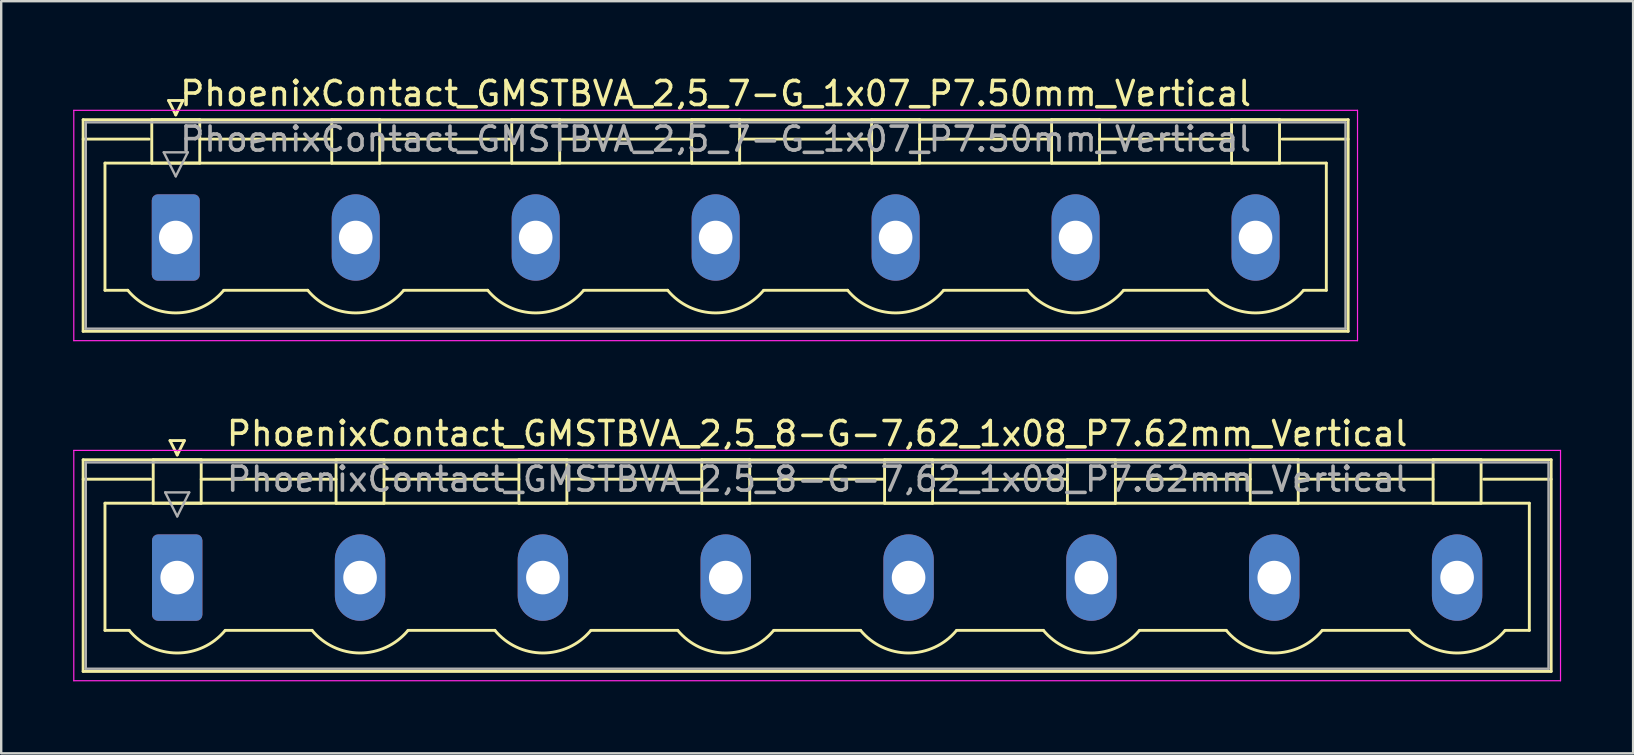
<source format=kicad_pcb>
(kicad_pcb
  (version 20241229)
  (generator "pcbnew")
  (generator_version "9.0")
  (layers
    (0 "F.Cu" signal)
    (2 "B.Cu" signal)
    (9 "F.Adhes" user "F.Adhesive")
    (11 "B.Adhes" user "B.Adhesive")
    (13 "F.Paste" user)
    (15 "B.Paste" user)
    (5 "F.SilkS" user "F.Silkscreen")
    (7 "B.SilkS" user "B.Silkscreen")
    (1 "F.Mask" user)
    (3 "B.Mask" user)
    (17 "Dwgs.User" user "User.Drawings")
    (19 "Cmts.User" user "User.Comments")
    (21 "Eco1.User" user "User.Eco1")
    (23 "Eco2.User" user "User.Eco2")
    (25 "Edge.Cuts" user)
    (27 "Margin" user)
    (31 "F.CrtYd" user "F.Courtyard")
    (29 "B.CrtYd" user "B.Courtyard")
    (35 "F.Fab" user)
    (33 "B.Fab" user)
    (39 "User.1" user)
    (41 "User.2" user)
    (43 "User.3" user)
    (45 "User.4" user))
  (footprint "PhoenixContact_GMSTBVA_2,5_7-G_1x07_P7.50mm_Vertical"
    (layer "F.Cu")
    (at 4.275 6.848)
    (property "Reference" "PhoenixContact_GMSTBVA_2,5_7-G_1x07_P7.50mm_Vertical" (at 22.5 -6 0) (layer "F.SilkS") (effects (font (size 1 1) (thickness 0.15))))
    (attr through_hole)
    (fp_line (start -3.86 -4.91) (end -3.86 3.91) (stroke (width 0.12) (type solid)) (layer "F.SilkS"))
    (fp_line (start -3.86 -4.1) (end -1.11 -4.1) (stroke (width 0.12) (type solid)) (layer "F.SilkS"))
    (fp_line (start -3.86 3.91) (end 48.86 3.91) (stroke (width 0.12) (type solid)) (layer "F.SilkS"))
    (fp_line (start -2.95 -3.1) (end 47.95 -3.1) (stroke (width 0.12) (type solid)) (layer "F.SilkS"))
    (fp_line (start -2.95 2.2) (end -2.95 -3.1) (stroke (width 0.12) (type solid)) (layer "F.SilkS"))
    (fp_line (start -2 2.2) (end -2.95 2.2) (stroke (width 0.12) (type solid)) (layer "F.SilkS"))
    (fp_line (start -1 -4.91) (end 1 -4.91) (stroke (width 0.12) (type solid)) (layer "F.SilkS"))
    (fp_line (start -1 -3.1) (end -1 -4.91) (stroke (width 0.12) (type solid)) (layer "F.SilkS"))
    (fp_line (start -0.3 -5.71) (end 0.3 -5.71) (stroke (width 0.12) (type solid)) (layer "F.SilkS"))
    (fp_line (start 0 -5.11) (end -0.3 -5.71) (stroke (width 0.12) (type solid)) (layer "F.SilkS"))
    (fp_line (start 0.3 -5.71) (end 0 -5.11) (stroke (width 0.12) (type solid)) (layer "F.SilkS"))
    (fp_line (start 1 -4.91) (end 1 -3.1) (stroke (width 0.12) (type solid)) (layer "F.SilkS"))
    (fp_line (start 1 -4.1) (end 6.5 -4.1) (stroke (width 0.12) (type solid)) (layer "F.SilkS"))
    (fp_line (start 1 -3.1) (end -1 -3.1) (stroke (width 0.12) (type solid)) (layer "F.SilkS"))
    (fp_line (start 2 2.2) (end 5.5 2.2) (stroke (width 0.12) (type solid)) (layer "F.SilkS"))
    (fp_line (start 6.5 -4.91) (end 8.5 -4.91) (stroke (width 0.12) (type solid)) (layer "F.SilkS"))
    (fp_line (start 6.5 -3.1) (end 6.5 -4.91) (stroke (width 0.12) (type solid)) (layer "F.SilkS"))
    (fp_line (start 8.5 -4.91) (end 8.5 -3.1) (stroke (width 0.12) (type solid)) (layer "F.SilkS"))
    (fp_line (start 8.5 -4.1) (end 14 -4.1) (stroke (width 0.12) (type solid)) (layer "F.SilkS"))
    (fp_line (start 8.5 -3.1) (end 6.5 -3.1) (stroke (width 0.12) (type solid)) (layer "F.SilkS"))
    (fp_line (start 9.5 2.2) (end 13 2.2) (stroke (width 0.12) (type solid)) (layer "F.SilkS"))
    (fp_line (start 14 -4.91) (end 16 -4.91) (stroke (width 0.12) (type solid)) (layer "F.SilkS"))
    (fp_line (start 14 -3.1) (end 14 -4.91) (stroke (width 0.12) (type solid)) (layer "F.SilkS"))
    (fp_line (start 16 -4.91) (end 16 -3.1) (stroke (width 0.12) (type solid)) (layer "F.SilkS"))
    (fp_line (start 16 -4.1) (end 21.5 -4.1) (stroke (width 0.12) (type solid)) (layer "F.SilkS"))
    (fp_line (start 16 -3.1) (end 14 -3.1) (stroke (width 0.12) (type solid)) (layer "F.SilkS"))
    (fp_line (start 17 2.2) (end 20.5 2.2) (stroke (width 0.12) (type solid)) (layer "F.SilkS"))
    (fp_line (start 21.5 -4.91) (end 23.5 -4.91) (stroke (width 0.12) (type solid)) (layer "F.SilkS"))
    (fp_line (start 21.5 -3.1) (end 21.5 -4.91) (stroke (width 0.12) (type solid)) (layer "F.SilkS"))
    (fp_line (start 23.5 -4.91) (end 23.5 -3.1) (stroke (width 0.12) (type solid)) (layer "F.SilkS"))
    (fp_line (start 23.5 -4.1) (end 29 -4.1) (stroke (width 0.12) (type solid)) (layer "F.SilkS"))
    (fp_line (start 23.5 -3.1) (end 21.5 -3.1) (stroke (width 0.12) (type solid)) (layer "F.SilkS"))
    (fp_line (start 24.5 2.2) (end 28 2.2) (stroke (width 0.12) (type solid)) (layer "F.SilkS"))
    (fp_line (start 29 -4.91) (end 31 -4.91) (stroke (width 0.12) (type solid)) (layer "F.SilkS"))
    (fp_line (start 29 -3.1) (end 29 -4.91) (stroke (width 0.12) (type solid)) (layer "F.SilkS"))
    (fp_line (start 31 -4.91) (end 31 -3.1) (stroke (width 0.12) (type solid)) (layer "F.SilkS"))
    (fp_line (start 31 -4.1) (end 36.5 -4.1) (stroke (width 0.12) (type solid)) (layer "F.SilkS"))
    (fp_line (start 31 -3.1) (end 29 -3.1) (stroke (width 0.12) (type solid)) (layer "F.SilkS"))
    (fp_line (start 32 2.2) (end 35.5 2.2) (stroke (width 0.12) (type solid)) (layer "F.SilkS"))
    (fp_line (start 36.5 -4.91) (end 38.5 -4.91) (stroke (width 0.12) (type solid)) (layer "F.SilkS"))
    (fp_line (start 36.5 -3.1) (end 36.5 -4.91) (stroke (width 0.12) (type solid)) (layer "F.SilkS"))
    (fp_line (start 38.5 -4.91) (end 38.5 -3.1) (stroke (width 0.12) (type solid)) (layer "F.SilkS"))
    (fp_line (start 38.5 -4.1) (end 44 -4.1) (stroke (width 0.12) (type solid)) (layer "F.SilkS"))
    (fp_line (start 38.5 -3.1) (end 36.5 -3.1) (stroke (width 0.12) (type solid)) (layer "F.SilkS"))
    (fp_line (start 39.5 2.2) (end 43 2.2) (stroke (width 0.12) (type solid)) (layer "F.SilkS"))
    (fp_line (start 44 -4.91) (end 46 -4.91) (stroke (width 0.12) (type solid)) (layer "F.SilkS"))
    (fp_line (start 44 -3.1) (end 44 -4.91) (stroke (width 0.12) (type solid)) (layer "F.SilkS"))
    (fp_line (start 46 -4.91) (end 46 -3.1) (stroke (width 0.12) (type solid)) (layer "F.SilkS"))
    (fp_line (start 46 -3.1) (end 44 -3.1) (stroke (width 0.12) (type solid)) (layer "F.SilkS"))
    (fp_line (start 47.95 -3.1) (end 47.95 2.2) (stroke (width 0.12) (type solid)) (layer "F.SilkS"))
    (fp_line (start 47.95 2.2) (end 47 2.2) (stroke (width 0.12) (type solid)) (layer "F.SilkS"))
    (fp_line (start 48.86 -4.91) (end -3.86 -4.91) (stroke (width 0.12) (type solid)) (layer "F.SilkS"))
    (fp_line (start 48.86 -4.1) (end 46.11 -4.1) (stroke (width 0.12) (type solid)) (layer "F.SilkS"))
    (fp_line (start 48.86 3.91) (end 48.86 -4.91) (stroke (width 0.12) (type solid)) (layer "F.SilkS"))
    (fp_arc (start 1.986842 2.215821) (mid -0.010289 3.142758) (end -2 2.2) (stroke (width 0.12) (type solid)) (layer "F.SilkS"))
    (fp_arc (start 9.486842 2.215821) (mid 7.489711 3.142758) (end 5.5 2.2) (stroke (width 0.12) (type solid)) (layer "F.SilkS"))
    (fp_arc (start 16.986842 2.215821) (mid 14.989711 3.142758) (end 13 2.2) (stroke (width 0.12) (type solid)) (layer "F.SilkS"))
    (fp_arc (start 24.486842 2.215821) (mid 22.489711 3.142758) (end 20.5 2.2) (stroke (width 0.12) (type solid)) (layer "F.SilkS"))
    (fp_arc (start 31.986842 2.215821) (mid 29.989711 3.142758) (end 28 2.2) (stroke (width 0.12) (type solid)) (layer "F.SilkS"))
    (fp_arc (start 39.486842 2.215821) (mid 37.489711 3.142758) (end 35.5 2.2) (stroke (width 0.12) (type solid)) (layer "F.SilkS"))
    (fp_arc (start 46.986842 2.215821) (mid 44.989711 3.142758) (end 43 2.2) (stroke (width 0.12) (type solid)) (layer "F.SilkS"))
    (fp_line (start -4.25 -5.3) (end -4.25 4.3) (stroke (width 0.05) (type solid)) (layer "F.CrtYd"))
    (fp_line (start -4.25 4.3) (end 49.25 4.3) (stroke (width 0.05) (type solid)) (layer "F.CrtYd"))
    (fp_line (start 49.25 -5.3) (end -4.25 -5.3) (stroke (width 0.05) (type solid)) (layer "F.CrtYd"))
    (fp_line (start 49.25 4.3) (end 49.25 -5.3) (stroke (width 0.05) (type solid)) (layer "F.CrtYd"))
    (fp_line (start -3.75 -4.8) (end -3.75 3.8) (stroke (width 0.1) (type solid)) (layer "F.Fab"))
    (fp_line (start -3.75 3.8) (end 48.75 3.8) (stroke (width 0.1) (type solid)) (layer "F.Fab"))
    (fp_line (start -0.5 -3.55) (end 0.5 -3.55) (stroke (width 0.1) (type solid)) (layer "F.Fab"))
    (fp_line (start 0 -2.55) (end -0.5 -3.55) (stroke (width 0.1) (type solid)) (layer "F.Fab"))
    (fp_line (start 0.5 -3.55) (end 0 -2.55) (stroke (width 0.1) (type solid)) (layer "F.Fab"))
    (fp_line (start 48.75 -4.8) (end -3.75 -4.8) (stroke (width 0.1) (type solid)) (layer "F.Fab"))
    (fp_line (start 48.75 3.8) (end 48.75 -4.8) (stroke (width 0.1) (type solid)) (layer "F.Fab"))
    (fp_text user "${REFERENCE}" (at 22.5 -4.1 0) (layer "F.Fab") (effects (font (size 1 1) (thickness 0.15))))
    (pad "1" thru_hole roundrect (at 0 0) (size 2 3.6) (drill 1.4) (layers "*.Cu" "*.Mask") (roundrect_rratio 0.125))
    (pad "2" thru_hole oval (at 7.5 0) (size 2 3.6) (drill 1.4) (layers "*.Cu" "*.Mask"))
    (pad "3" thru_hole oval (at 15 0) (size 2 3.6) (drill 1.4) (layers "*.Cu" "*.Mask"))
    (pad "4" thru_hole oval (at 22.5 0) (size 2 3.6) (drill 1.4) (layers "*.Cu" "*.Mask"))
    (pad "5" thru_hole oval (at 30 0) (size 2 3.6) (drill 1.4) (layers "*.Cu" "*.Mask"))
    (pad "6" thru_hole oval (at 37.5 0) (size 2 3.6) (drill 1.4) (layers "*.Cu" "*.Mask"))
    (pad "7" thru_hole oval (at 45 0) (size 2 3.6) (drill 1.4) (layers "*.Cu" "*.Mask")))
  (footprint "PhoenixContact_GMSTBVA_2,5_8-G-7,62_1x08_P7.62mm_Vertical"
    (layer "F.Cu")
    (at 4.335 21.021)
    (property "Reference" "PhoenixContact_GMSTBVA_2,5_8-G-7,62_1x08_P7.62mm_Vertical" (at 26.67 -6 0) (layer "F.SilkS") (effects (font (size 1 1) (thickness 0.15))))
    (attr through_hole)
    (fp_line (start -3.92 -4.91) (end -3.92 3.91) (stroke (width 0.12) (type solid)) (layer "F.SilkS"))
    (fp_line (start -3.92 -4.1) (end -1.11 -4.1) (stroke (width 0.12) (type solid)) (layer "F.SilkS"))
    (fp_line (start -3.92 3.91) (end 57.26 3.91) (stroke (width 0.12) (type solid)) (layer "F.SilkS"))
    (fp_line (start -3.01 -3.1) (end 56.35 -3.1) (stroke (width 0.12) (type solid)) (layer "F.SilkS"))
    (fp_line (start -3.01 2.2) (end -3.01 -3.1) (stroke (width 0.12) (type solid)) (layer "F.SilkS"))
    (fp_line (start -2 2.2) (end -3.01 2.2) (stroke (width 0.12) (type solid)) (layer "F.SilkS"))
    (fp_line (start -1 -4.91) (end 1 -4.91) (stroke (width 0.12) (type solid)) (layer "F.SilkS"))
    (fp_line (start -1 -3.1) (end -1 -4.91) (stroke (width 0.12) (type solid)) (layer "F.SilkS"))
    (fp_line (start -0.3 -5.71) (end 0.3 -5.71) (stroke (width 0.12) (type solid)) (layer "F.SilkS"))
    (fp_line (start 0 -5.11) (end -0.3 -5.71) (stroke (width 0.12) (type solid)) (layer "F.SilkS"))
    (fp_line (start 0.3 -5.71) (end 0 -5.11) (stroke (width 0.12) (type solid)) (layer "F.SilkS"))
    (fp_line (start 1 -4.91) (end 1 -3.1) (stroke (width 0.12) (type solid)) (layer "F.SilkS"))
    (fp_line (start 1 -4.1) (end 6.62 -4.1) (stroke (width 0.12) (type solid)) (layer "F.SilkS"))
    (fp_line (start 1 -3.1) (end -1 -3.1) (stroke (width 0.12) (type solid)) (layer "F.SilkS"))
    (fp_line (start 2 2.2) (end 5.62 2.2) (stroke (width 0.12) (type solid)) (layer "F.SilkS"))
    (fp_line (start 6.62 -4.91) (end 8.62 -4.91) (stroke (width 0.12) (type solid)) (layer "F.SilkS"))
    (fp_line (start 6.62 -3.1) (end 6.62 -4.91) (stroke (width 0.12) (type solid)) (layer "F.SilkS"))
    (fp_line (start 8.62 -4.91) (end 8.62 -3.1) (stroke (width 0.12) (type solid)) (layer "F.SilkS"))
    (fp_line (start 8.62 -4.1) (end 14.24 -4.1) (stroke (width 0.12) (type solid)) (layer "F.SilkS"))
    (fp_line (start 8.62 -3.1) (end 6.62 -3.1) (stroke (width 0.12) (type solid)) (layer "F.SilkS"))
    (fp_line (start 9.62 2.2) (end 13.24 2.2) (stroke (width 0.12) (type solid)) (layer "F.SilkS"))
    (fp_line (start 14.24 -4.91) (end 16.24 -4.91) (stroke (width 0.12) (type solid)) (layer "F.SilkS"))
    (fp_line (start 14.24 -3.1) (end 14.24 -4.91) (stroke (width 0.12) (type solid)) (layer "F.SilkS"))
    (fp_line (start 16.24 -4.91) (end 16.24 -3.1) (stroke (width 0.12) (type solid)) (layer "F.SilkS"))
    (fp_line (start 16.24 -4.1) (end 21.86 -4.1) (stroke (width 0.12) (type solid)) (layer "F.SilkS"))
    (fp_line (start 16.24 -3.1) (end 14.24 -3.1) (stroke (width 0.12) (type solid)) (layer "F.SilkS"))
    (fp_line (start 17.24 2.2) (end 20.86 2.2) (stroke (width 0.12) (type solid)) (layer "F.SilkS"))
    (fp_line (start 21.86 -4.91) (end 23.86 -4.91) (stroke (width 0.12) (type solid)) (layer "F.SilkS"))
    (fp_line (start 21.86 -3.1) (end 21.86 -4.91) (stroke (width 0.12) (type solid)) (layer "F.SilkS"))
    (fp_line (start 23.86 -4.91) (end 23.86 -3.1) (stroke (width 0.12) (type solid)) (layer "F.SilkS"))
    (fp_line (start 23.86 -4.1) (end 29.48 -4.1) (stroke (width 0.12) (type solid)) (layer "F.SilkS"))
    (fp_line (start 23.86 -3.1) (end 21.86 -3.1) (stroke (width 0.12) (type solid)) (layer "F.SilkS"))
    (fp_line (start 24.86 2.2) (end 28.48 2.2) (stroke (width 0.12) (type solid)) (layer "F.SilkS"))
    (fp_line (start 29.48 -4.91) (end 31.48 -4.91) (stroke (width 0.12) (type solid)) (layer "F.SilkS"))
    (fp_line (start 29.48 -3.1) (end 29.48 -4.91) (stroke (width 0.12) (type solid)) (layer "F.SilkS"))
    (fp_line (start 31.48 -4.91) (end 31.48 -3.1) (stroke (width 0.12) (type solid)) (layer "F.SilkS"))
    (fp_line (start 31.48 -4.1) (end 37.1 -4.1) (stroke (width 0.12) (type solid)) (layer "F.SilkS"))
    (fp_line (start 31.48 -3.1) (end 29.48 -3.1) (stroke (width 0.12) (type solid)) (layer "F.SilkS"))
    (fp_line (start 32.48 2.2) (end 36.1 2.2) (stroke (width 0.12) (type solid)) (layer "F.SilkS"))
    (fp_line (start 37.1 -4.91) (end 39.1 -4.91) (stroke (width 0.12) (type solid)) (layer "F.SilkS"))
    (fp_line (start 37.1 -3.1) (end 37.1 -4.91) (stroke (width 0.12) (type solid)) (layer "F.SilkS"))
    (fp_line (start 39.1 -4.91) (end 39.1 -3.1) (stroke (width 0.12) (type solid)) (layer "F.SilkS"))
    (fp_line (start 39.1 -4.1) (end 44.72 -4.1) (stroke (width 0.12) (type solid)) (layer "F.SilkS"))
    (fp_line (start 39.1 -3.1) (end 37.1 -3.1) (stroke (width 0.12) (type solid)) (layer "F.SilkS"))
    (fp_line (start 40.1 2.2) (end 43.72 2.2) (stroke (width 0.12) (type solid)) (layer "F.SilkS"))
    (fp_line (start 44.72 -4.91) (end 46.72 -4.91) (stroke (width 0.12) (type solid)) (layer "F.SilkS"))
    (fp_line (start 44.72 -3.1) (end 44.72 -4.91) (stroke (width 0.12) (type solid)) (layer "F.SilkS"))
    (fp_line (start 46.72 -4.91) (end 46.72 -3.1) (stroke (width 0.12) (type solid)) (layer "F.SilkS"))
    (fp_line (start 46.72 -4.1) (end 52.34 -4.1) (stroke (width 0.12) (type solid)) (layer "F.SilkS"))
    (fp_line (start 46.72 -3.1) (end 44.72 -3.1) (stroke (width 0.12) (type solid)) (layer "F.SilkS"))
    (fp_line (start 47.72 2.2) (end 51.34 2.2) (stroke (width 0.12) (type solid)) (layer "F.SilkS"))
    (fp_line (start 52.34 -4.91) (end 54.34 -4.91) (stroke (width 0.12) (type solid)) (layer "F.SilkS"))
    (fp_line (start 52.34 -3.1) (end 52.34 -4.91) (stroke (width 0.12) (type solid)) (layer "F.SilkS"))
    (fp_line (start 54.34 -4.91) (end 54.34 -3.1) (stroke (width 0.12) (type solid)) (layer "F.SilkS"))
    (fp_line (start 54.34 -3.1) (end 52.34 -3.1) (stroke (width 0.12) (type solid)) (layer "F.SilkS"))
    (fp_line (start 56.35 -3.1) (end 56.35 2.2) (stroke (width 0.12) (type solid)) (layer "F.SilkS"))
    (fp_line (start 56.35 2.2) (end 55.34 2.2) (stroke (width 0.12) (type solid)) (layer "F.SilkS"))
    (fp_line (start 57.26 -4.91) (end -3.92 -4.91) (stroke (width 0.12) (type solid)) (layer "F.SilkS"))
    (fp_line (start 57.26 -4.1) (end 54.45 -4.1) (stroke (width 0.12) (type solid)) (layer "F.SilkS"))
    (fp_line (start 57.26 3.91) (end 57.26 -4.91) (stroke (width 0.12) (type solid)) (layer "F.SilkS"))
    (fp_arc (start 1.986842 2.215821) (mid -0.010289 3.142758) (end -2 2.2) (stroke (width 0.12) (type solid)) (layer "F.SilkS"))
    (fp_arc (start 9.606842 2.215821) (mid 7.609711 3.142758) (end 5.62 2.2) (stroke (width 0.12) (type solid)) (layer "F.SilkS"))
    (fp_arc (start 17.226842 2.215821) (mid 15.229711 3.142758) (end 13.24 2.2) (stroke (width 0.12) (type solid)) (layer "F.SilkS"))
    (fp_arc (start 24.846842 2.215821) (mid 22.849711 3.142758) (end 20.86 2.2) (stroke (width 0.12) (type solid)) (layer "F.SilkS"))
    (fp_arc (start 32.466842 2.215821) (mid 30.469711 3.142758) (end 28.48 2.2) (stroke (width 0.12) (type solid)) (layer "F.SilkS"))
    (fp_arc (start 40.086842 2.215821) (mid 38.089711 3.142758) (end 36.1 2.2) (stroke (width 0.12) (type solid)) (layer "F.SilkS"))
    (fp_arc (start 47.706842 2.215821) (mid 45.709711 3.142758) (end 43.72 2.2) (stroke (width 0.12) (type solid)) (layer "F.SilkS"))
    (fp_arc (start 55.326842 2.215821) (mid 53.329711 3.142758) (end 51.34 2.2) (stroke (width 0.12) (type solid)) (layer "F.SilkS"))
    (fp_line (start -4.31 -5.3) (end -4.31 4.3) (stroke (width 0.05) (type solid)) (layer "F.CrtYd"))
    (fp_line (start -4.31 4.3) (end 57.65 4.3) (stroke (width 0.05) (type solid)) (layer "F.CrtYd"))
    (fp_line (start 57.65 -5.3) (end -4.31 -5.3) (stroke (width 0.05) (type solid)) (layer "F.CrtYd"))
    (fp_line (start 57.65 4.3) (end 57.65 -5.3) (stroke (width 0.05) (type solid)) (layer "F.CrtYd"))
    (fp_line (start -3.81 -4.8) (end -3.81 3.8) (stroke (width 0.1) (type solid)) (layer "F.Fab"))
    (fp_line (start -3.81 3.8) (end 57.15 3.8) (stroke (width 0.1) (type solid)) (layer "F.Fab"))
    (fp_line (start -0.5 -3.55) (end 0.5 -3.55) (stroke (width 0.1) (type solid)) (layer "F.Fab"))
    (fp_line (start 0 -2.55) (end -0.5 -3.55) (stroke (width 0.1) (type solid)) (layer "F.Fab"))
    (fp_line (start 0.5 -3.55) (end 0 -2.55) (stroke (width 0.1) (type solid)) (layer "F.Fab"))
    (fp_line (start 57.15 -4.8) (end -3.81 -4.8) (stroke (width 0.1) (type solid)) (layer "F.Fab"))
    (fp_line (start 57.15 3.8) (end 57.15 -4.8) (stroke (width 0.1) (type solid)) (layer "F.Fab"))
    (fp_text user "${REFERENCE}" (at 26.67 -4.1 0) (layer "F.Fab") (effects (font (size 1 1) (thickness 0.15))))
    (pad "1" thru_hole roundrect (at 0 0) (size 2.1 3.6) (drill 1.4) (layers "*.Cu" "*.Mask") (roundrect_rratio 0.119))
    (pad "2" thru_hole oval (at 7.62 0) (size 2.1 3.6) (drill 1.4) (layers "*.Cu" "*.Mask"))
    (pad "3" thru_hole oval (at 15.24 0) (size 2.1 3.6) (drill 1.4) (layers "*.Cu" "*.Mask"))
    (pad "4" thru_hole oval (at 22.86 0) (size 2.1 3.6) (drill 1.4) (layers "*.Cu" "*.Mask"))
    (pad "5" thru_hole oval (at 30.48 0) (size 2.1 3.6) (drill 1.4) (layers "*.Cu" "*.Mask"))
    (pad "6" thru_hole oval (at 38.1 0) (size 2.1 3.6) (drill 1.4) (layers "*.Cu" "*.Mask"))
    (pad "7" thru_hole oval (at 45.72 0) (size 2.1 3.6) (drill 1.4) (layers "*.Cu" "*.Mask"))
    (pad "8" thru_hole oval (at 53.34 0) (size 2.1 3.6) (drill 1.4) (layers "*.Cu" "*.Mask")))
  (gr_rect
    (start -3 -3)
    (end 65.01 28.346)
    (stroke (width 0.1) (type default))
    (fill no)
    (layer "Edge.Cuts")))
</source>
